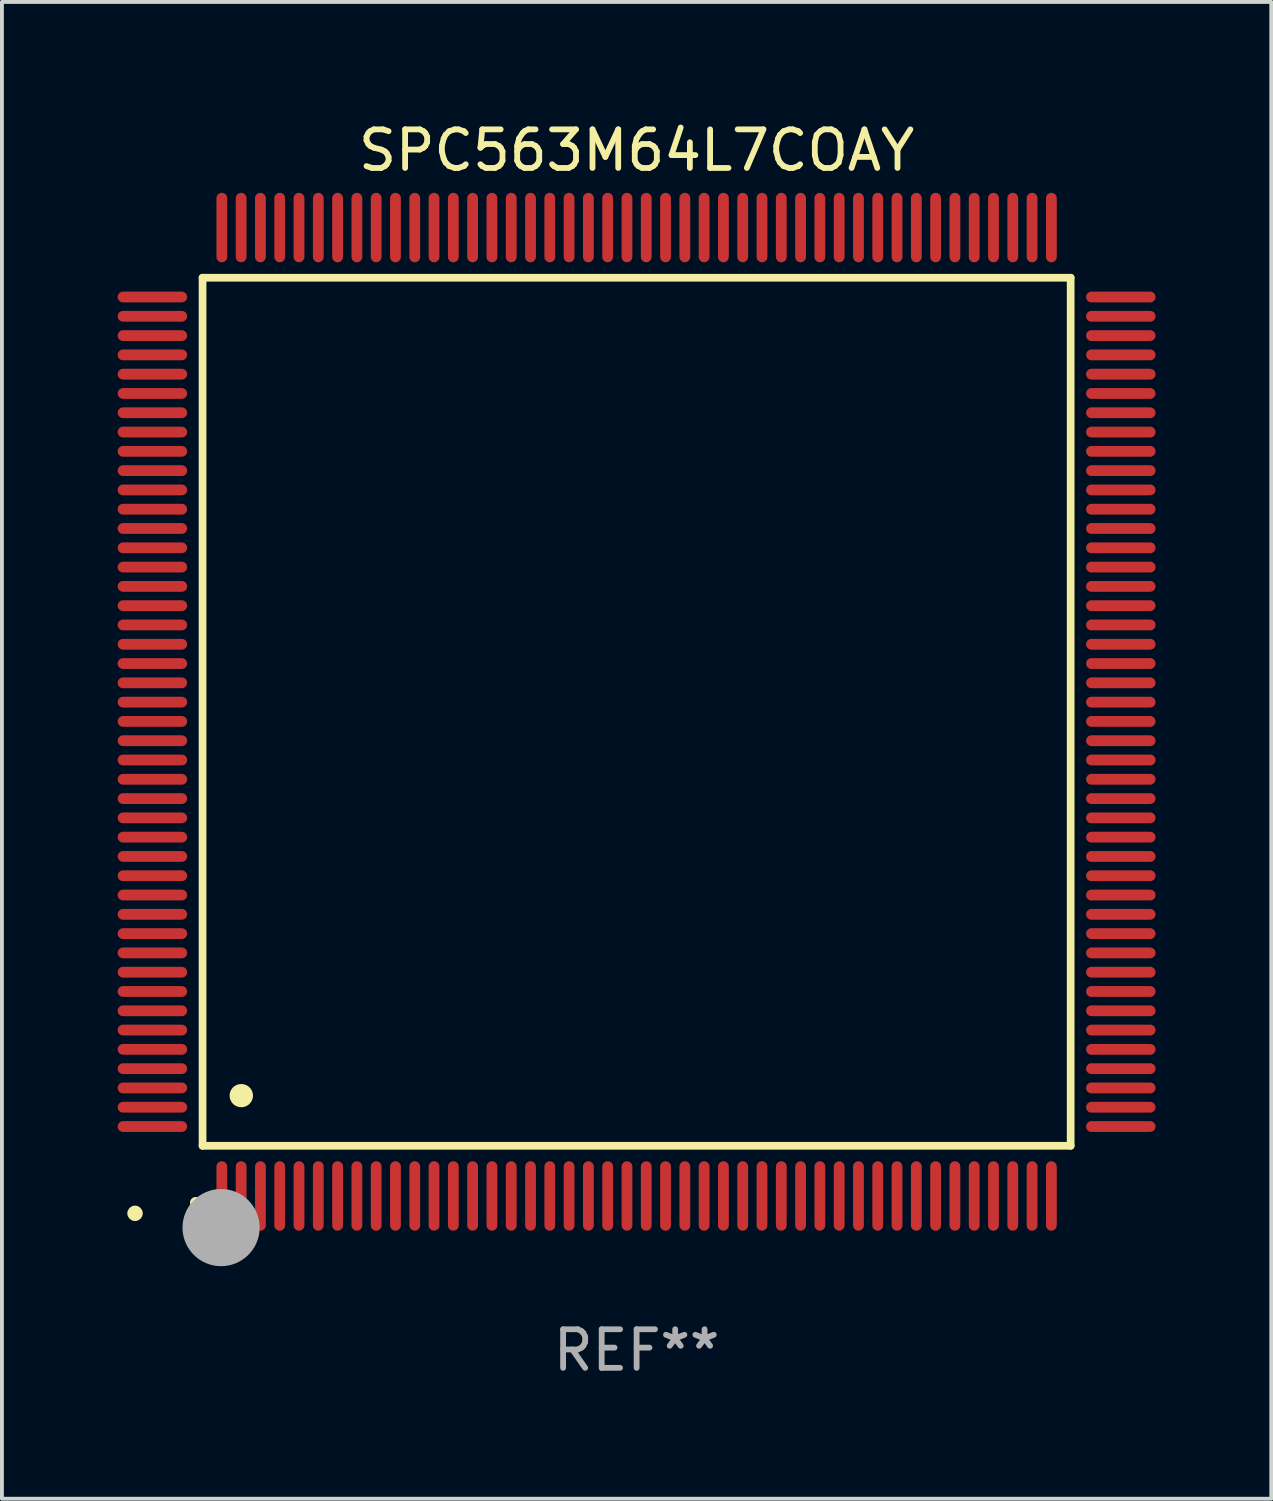
<source format=kicad_pcb>
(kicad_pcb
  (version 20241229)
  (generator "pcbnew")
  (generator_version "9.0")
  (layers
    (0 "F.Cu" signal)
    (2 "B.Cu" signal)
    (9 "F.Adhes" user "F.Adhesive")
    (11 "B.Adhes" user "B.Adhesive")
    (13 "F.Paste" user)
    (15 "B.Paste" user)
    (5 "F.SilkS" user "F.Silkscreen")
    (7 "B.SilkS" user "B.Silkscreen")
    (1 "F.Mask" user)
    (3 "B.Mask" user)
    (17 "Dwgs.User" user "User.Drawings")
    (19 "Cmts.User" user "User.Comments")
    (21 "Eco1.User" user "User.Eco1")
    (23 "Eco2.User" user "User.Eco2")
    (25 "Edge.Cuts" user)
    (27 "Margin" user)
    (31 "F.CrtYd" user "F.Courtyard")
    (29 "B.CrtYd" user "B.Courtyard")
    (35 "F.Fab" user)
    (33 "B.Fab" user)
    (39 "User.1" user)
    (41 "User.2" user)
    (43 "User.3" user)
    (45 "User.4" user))
  (footprint "SPC563M64L7COAY"
    (layer "F.Cu")
    (at 13.45 15.398)
    (property "Reference" "SPC563M64L7COAY" (at 0 -14.55 0) (layer "F.SilkS") (effects (font (size 1 1) (thickness 0.15))))
    (attr through_hole)
    (fp_line (start -11.25 -11.25) (end 11.25 -11.25) (stroke (width 0.2) (type solid)) (layer "F.SilkS"))
    (fp_line (start -11.25 11.25) (end -11.25 -11.25) (stroke (width 0.2) (type solid)) (layer "F.SilkS"))
    (fp_line (start 11.25 -11.25) (end 11.25 11.25) (stroke (width 0.2) (type solid)) (layer "F.SilkS"))
    (fp_line (start 11.25 11.25) (end -11.25 11.25) (stroke (width 0.2) (type solid)) (layer "F.SilkS"))
    (fp_arc (start -11.424943 12.725425) (mid -11.423673 12.72542) (end -11.422403 12.725425) (stroke (width 0.3) (type solid)) (layer "F.SilkS"))
    (fp_arc (start -10.24892 9.9492) (mid -10.24638 9.949189) (end -10.24384 9.9492) (stroke (width 0.6) (type solid)) (layer "F.SilkS"))
    (fp_circle (center -13 13) (end -12.9 13) (stroke (width 0.2) (type solid)) (fill no) (layer "F.SilkS"))
    (fp_circle (center -10.77 13.37) (end -10.27 13.37) (stroke (width 1) (type solid)) (fill no) (layer "F.Fab"))
    (fp_text user "REF**" (at 0 16.55 0) (layer "F.Fab") (effects (font (size 1 1) (thickness 0.15))))
    (pad "1" smd oval (at -10.75 12.55) (size 0.28 1.8) (layers "F.Cu" "F.Mask" "F.Paste"))
    (pad "2" smd oval (at -10.25 12.55) (size 0.28 1.8) (layers "F.Cu" "F.Mask" "F.Paste"))
    (pad "3" smd oval (at -9.75 12.55) (size 0.28 1.8) (layers "F.Cu" "F.Mask" "F.Paste"))
    (pad "4" smd oval (at -9.25 12.55) (size 0.28 1.8) (layers "F.Cu" "F.Mask" "F.Paste"))
    (pad "5" smd oval (at -8.75 12.55) (size 0.28 1.8) (layers "F.Cu" "F.Mask" "F.Paste"))
    (pad "6" smd oval (at -8.25 12.55) (size 0.28 1.8) (layers "F.Cu" "F.Mask" "F.Paste"))
    (pad "7" smd oval (at -7.75 12.55) (size 0.28 1.8) (layers "F.Cu" "F.Mask" "F.Paste"))
    (pad "8" smd oval (at -7.25 12.55) (size 0.28 1.8) (layers "F.Cu" "F.Mask" "F.Paste"))
    (pad "9" smd oval (at -6.75 12.55) (size 0.28 1.8) (layers "F.Cu" "F.Mask" "F.Paste"))
    (pad "10" smd oval (at -6.25 12.55) (size 0.28 1.8) (layers "F.Cu" "F.Mask" "F.Paste"))
    (pad "11" smd oval (at -5.75 12.55) (size 0.28 1.8) (layers "F.Cu" "F.Mask" "F.Paste"))
    (pad "12" smd oval (at -5.25 12.55) (size 0.28 1.8) (layers "F.Cu" "F.Mask" "F.Paste"))
    (pad "13" smd oval (at -4.75 12.55) (size 0.28 1.8) (layers "F.Cu" "F.Mask" "F.Paste"))
    (pad "14" smd oval (at -4.25 12.55) (size 0.28 1.8) (layers "F.Cu" "F.Mask" "F.Paste"))
    (pad "15" smd oval (at -3.75 12.55) (size 0.28 1.8) (layers "F.Cu" "F.Mask" "F.Paste"))
    (pad "16" smd oval (at -3.25 12.55) (size 0.28 1.8) (layers "F.Cu" "F.Mask" "F.Paste"))
    (pad "17" smd oval (at -2.75 12.55) (size 0.28 1.8) (layers "F.Cu" "F.Mask" "F.Paste"))
    (pad "18" smd oval (at -2.25 12.55) (size 0.28 1.8) (layers "F.Cu" "F.Mask" "F.Paste"))
    (pad "19" smd oval (at -1.75 12.55) (size 0.28 1.8) (layers "F.Cu" "F.Mask" "F.Paste"))
    (pad "20" smd oval (at -1.25 12.55) (size 0.28 1.8) (layers "F.Cu" "F.Mask" "F.Paste"))
    (pad "21" smd oval (at -0.75 12.55) (size 0.28 1.8) (layers "F.Cu" "F.Mask" "F.Paste"))
    (pad "22" smd oval (at -0.25 12.55) (size 0.28 1.8) (layers "F.Cu" "F.Mask" "F.Paste"))
    (pad "23" smd oval (at 0.25 12.55) (size 0.28 1.8) (layers "F.Cu" "F.Mask" "F.Paste"))
    (pad "24" smd oval (at 0.75 12.55) (size 0.28 1.8) (layers "F.Cu" "F.Mask" "F.Paste"))
    (pad "25" smd oval (at 1.25 12.55) (size 0.28 1.8) (layers "F.Cu" "F.Mask" "F.Paste"))
    (pad "26" smd oval (at 1.75 12.55) (size 0.28 1.8) (layers "F.Cu" "F.Mask" "F.Paste"))
    (pad "27" smd oval (at 2.25 12.55) (size 0.28 1.8) (layers "F.Cu" "F.Mask" "F.Paste"))
    (pad "28" smd oval (at 2.75 12.55) (size 0.28 1.8) (layers "F.Cu" "F.Mask" "F.Paste"))
    (pad "29" smd oval (at 3.25 12.55) (size 0.28 1.8) (layers "F.Cu" "F.Mask" "F.Paste"))
    (pad "30" smd oval (at 3.75 12.55) (size 0.28 1.8) (layers "F.Cu" "F.Mask" "F.Paste"))
    (pad "31" smd oval (at 4.25 12.55) (size 0.28 1.8) (layers "F.Cu" "F.Mask" "F.Paste"))
    (pad "32" smd oval (at 4.75 12.55) (size 0.28 1.8) (layers "F.Cu" "F.Mask" "F.Paste"))
    (pad "33" smd oval (at 5.25 12.55) (size 0.28 1.8) (layers "F.Cu" "F.Mask" "F.Paste"))
    (pad "34" smd oval (at 5.75 12.55) (size 0.28 1.8) (layers "F.Cu" "F.Mask" "F.Paste"))
    (pad "35" smd oval (at 6.25 12.55) (size 0.28 1.8) (layers "F.Cu" "F.Mask" "F.Paste"))
    (pad "36" smd oval (at 6.75 12.55) (size 0.28 1.8) (layers "F.Cu" "F.Mask" "F.Paste"))
    (pad "37" smd oval (at 7.25 12.55) (size 0.28 1.8) (layers "F.Cu" "F.Mask" "F.Paste"))
    (pad "38" smd oval (at 7.75 12.55) (size 0.28 1.8) (layers "F.Cu" "F.Mask" "F.Paste"))
    (pad "39" smd oval (at 8.25 12.55) (size 0.28 1.8) (layers "F.Cu" "F.Mask" "F.Paste"))
    (pad "40" smd oval (at 8.75 12.55) (size 0.28 1.8) (layers "F.Cu" "F.Mask" "F.Paste"))
    (pad "41" smd oval (at 9.25 12.55) (size 0.28 1.8) (layers "F.Cu" "F.Mask" "F.Paste"))
    (pad "42" smd oval (at 9.75 12.55) (size 0.28 1.8) (layers "F.Cu" "F.Mask" "F.Paste"))
    (pad "43" smd oval (at 10.25 12.55) (size 0.28 1.8) (layers "F.Cu" "F.Mask" "F.Paste"))
    (pad "44" smd oval (at 10.75 12.55) (size 0.28 1.8) (layers "F.Cu" "F.Mask" "F.Paste"))
    (pad "45" smd oval (at 12.55 10.75) (size 1.8 0.28) (layers "F.Cu" "F.Mask" "F.Paste"))
    (pad "46" smd oval (at 12.55 10.25) (size 1.8 0.28) (layers "F.Cu" "F.Mask" "F.Paste"))
    (pad "47" smd oval (at 12.55 9.75) (size 1.8 0.28) (layers "F.Cu" "F.Mask" "F.Paste"))
    (pad "48" smd oval (at 12.55 9.25) (size 1.8 0.28) (layers "F.Cu" "F.Mask" "F.Paste"))
    (pad "49" smd oval (at 12.55 8.75) (size 1.8 0.28) (layers "F.Cu" "F.Mask" "F.Paste"))
    (pad "50" smd oval (at 12.55 8.25) (size 1.8 0.28) (layers "F.Cu" "F.Mask" "F.Paste"))
    (pad "51" smd oval (at 12.55 7.75) (size 1.8 0.28) (layers "F.Cu" "F.Mask" "F.Paste"))
    (pad "52" smd oval (at 12.55 7.25) (size 1.8 0.28) (layers "F.Cu" "F.Mask" "F.Paste"))
    (pad "53" smd oval (at 12.55 6.75) (size 1.8 0.28) (layers "F.Cu" "F.Mask" "F.Paste"))
    (pad "54" smd oval (at 12.55 6.25) (size 1.8 0.28) (layers "F.Cu" "F.Mask" "F.Paste"))
    (pad "55" smd oval (at 12.55 5.75) (size 1.8 0.28) (layers "F.Cu" "F.Mask" "F.Paste"))
    (pad "56" smd oval (at 12.55 5.25) (size 1.8 0.28) (layers "F.Cu" "F.Mask" "F.Paste"))
    (pad "57" smd oval (at 12.55 4.75) (size 1.8 0.28) (layers "F.Cu" "F.Mask" "F.Paste"))
    (pad "58" smd oval (at 12.55 4.25) (size 1.8 0.28) (layers "F.Cu" "F.Mask" "F.Paste"))
    (pad "59" smd oval (at 12.55 3.75) (size 1.8 0.28) (layers "F.Cu" "F.Mask" "F.Paste"))
    (pad "60" smd oval (at 12.55 3.25) (size 1.8 0.28) (layers "F.Cu" "F.Mask" "F.Paste"))
    (pad "61" smd oval (at 12.55 2.75) (size 1.8 0.28) (layers "F.Cu" "F.Mask" "F.Paste"))
    (pad "62" smd oval (at 12.55 2.25) (size 1.8 0.28) (layers "F.Cu" "F.Mask" "F.Paste"))
    (pad "63" smd oval (at 12.55 1.75) (size 1.8 0.28) (layers "F.Cu" "F.Mask" "F.Paste"))
    (pad "64" smd oval (at 12.55 1.25) (size 1.8 0.28) (layers "F.Cu" "F.Mask" "F.Paste"))
    (pad "65" smd oval (at 12.55 0.75) (size 1.8 0.28) (layers "F.Cu" "F.Mask" "F.Paste"))
    (pad "66" smd oval (at 12.55 0.25) (size 1.8 0.28) (layers "F.Cu" "F.Mask" "F.Paste"))
    (pad "67" smd oval (at 12.55 -0.25) (size 1.8 0.28) (layers "F.Cu" "F.Mask" "F.Paste"))
    (pad "68" smd oval (at 12.55 -0.75) (size 1.8 0.28) (layers "F.Cu" "F.Mask" "F.Paste"))
    (pad "69" smd oval (at 12.55 -1.25) (size 1.8 0.28) (layers "F.Cu" "F.Mask" "F.Paste"))
    (pad "70" smd oval (at 12.55 -1.75) (size 1.8 0.28) (layers "F.Cu" "F.Mask" "F.Paste"))
    (pad "71" smd oval (at 12.55 -2.25) (size 1.8 0.28) (layers "F.Cu" "F.Mask" "F.Paste"))
    (pad "72" smd oval (at 12.55 -2.75) (size 1.8 0.28) (layers "F.Cu" "F.Mask" "F.Paste"))
    (pad "73" smd oval (at 12.55 -3.25) (size 1.8 0.28) (layers "F.Cu" "F.Mask" "F.Paste"))
    (pad "74" smd oval (at 12.55 -3.75) (size 1.8 0.28) (layers "F.Cu" "F.Mask" "F.Paste"))
    (pad "75" smd oval (at 12.55 -4.25) (size 1.8 0.28) (layers "F.Cu" "F.Mask" "F.Paste"))
    (pad "76" smd oval (at 12.55 -4.75) (size 1.8 0.28) (layers "F.Cu" "F.Mask" "F.Paste"))
    (pad "77" smd oval (at 12.55 -5.25) (size 1.8 0.28) (layers "F.Cu" "F.Mask" "F.Paste"))
    (pad "78" smd oval (at 12.55 -5.75) (size 1.8 0.28) (layers "F.Cu" "F.Mask" "F.Paste"))
    (pad "79" smd oval (at 12.55 -6.25) (size 1.8 0.28) (layers "F.Cu" "F.Mask" "F.Paste"))
    (pad "80" smd oval (at 12.55 -6.75) (size 1.8 0.28) (layers "F.Cu" "F.Mask" "F.Paste"))
    (pad "81" smd oval (at 12.55 -7.25) (size 1.8 0.28) (layers "F.Cu" "F.Mask" "F.Paste"))
    (pad "82" smd oval (at 12.55 -7.75) (size 1.8 0.28) (layers "F.Cu" "F.Mask" "F.Paste"))
    (pad "83" smd oval (at 12.55 -8.25) (size 1.8 0.28) (layers "F.Cu" "F.Mask" "F.Paste"))
    (pad "84" smd oval (at 12.55 -8.75) (size 1.8 0.28) (layers "F.Cu" "F.Mask" "F.Paste"))
    (pad "85" smd oval (at 12.55 -9.25) (size 1.8 0.28) (layers "F.Cu" "F.Mask" "F.Paste"))
    (pad "86" smd oval (at 12.55 -9.75) (size 1.8 0.28) (layers "F.Cu" "F.Mask" "F.Paste"))
    (pad "87" smd oval (at 12.55 -10.25) (size 1.8 0.28) (layers "F.Cu" "F.Mask" "F.Paste"))
    (pad "88" smd oval (at 12.55 -10.75) (size 1.8 0.28) (layers "F.Cu" "F.Mask" "F.Paste"))
    (pad "89" smd oval (at 10.75 -12.55) (size 0.28 1.8) (layers "F.Cu" "F.Mask" "F.Paste"))
    (pad "90" smd oval (at 10.25 -12.55) (size 0.28 1.8) (layers "F.Cu" "F.Mask" "F.Paste"))
    (pad "91" smd oval (at 9.75 -12.55) (size 0.28 1.8) (layers "F.Cu" "F.Mask" "F.Paste"))
    (pad "92" smd oval (at 9.25 -12.55) (size 0.28 1.8) (layers "F.Cu" "F.Mask" "F.Paste"))
    (pad "93" smd oval (at 8.75 -12.55) (size 0.28 1.8) (layers "F.Cu" "F.Mask" "F.Paste"))
    (pad "94" smd oval (at 8.25 -12.55) (size 0.28 1.8) (layers "F.Cu" "F.Mask" "F.Paste"))
    (pad "95" smd oval (at 7.75 -12.55) (size 0.28 1.8) (layers "F.Cu" "F.Mask" "F.Paste"))
    (pad "96" smd oval (at 7.25 -12.55) (size 0.28 1.8) (layers "F.Cu" "F.Mask" "F.Paste"))
    (pad "97" smd oval (at 6.75 -12.55) (size 0.28 1.8) (layers "F.Cu" "F.Mask" "F.Paste"))
    (pad "98" smd oval (at 6.25 -12.55) (size 0.28 1.8) (layers "F.Cu" "F.Mask" "F.Paste"))
    (pad "99" smd oval (at 5.75 -12.55) (size 0.28 1.8) (layers "F.Cu" "F.Mask" "F.Paste"))
    (pad "100" smd oval (at 5.25 -12.55) (size 0.28 1.8) (layers "F.Cu" "F.Mask" "F.Paste"))
    (pad "101" smd oval (at 4.75 -12.55) (size 0.28 1.8) (layers "F.Cu" "F.Mask" "F.Paste"))
    (pad "102" smd oval (at 4.25 -12.55) (size 0.28 1.8) (layers "F.Cu" "F.Mask" "F.Paste"))
    (pad "103" smd oval (at 3.75 -12.55) (size 0.28 1.8) (layers "F.Cu" "F.Mask" "F.Paste"))
    (pad "104" smd oval (at 3.25 -12.55) (size 0.28 1.8) (layers "F.Cu" "F.Mask" "F.Paste"))
    (pad "105" smd oval (at 2.75 -12.55) (size 0.28 1.8) (layers "F.Cu" "F.Mask" "F.Paste"))
    (pad "106" smd oval (at 2.25 -12.55) (size 0.28 1.8) (layers "F.Cu" "F.Mask" "F.Paste"))
    (pad "107" smd oval (at 1.75 -12.55) (size 0.28 1.8) (layers "F.Cu" "F.Mask" "F.Paste"))
    (pad "108" smd oval (at 1.25 -12.55) (size 0.28 1.8) (layers "F.Cu" "F.Mask" "F.Paste"))
    (pad "109" smd oval (at 0.75 -12.55) (size 0.28 1.8) (layers "F.Cu" "F.Mask" "F.Paste"))
    (pad "110" smd oval (at 0.25 -12.55) (size 0.28 1.8) (layers "F.Cu" "F.Mask" "F.Paste"))
    (pad "111" smd oval (at -0.25 -12.55) (size 0.28 1.8) (layers "F.Cu" "F.Mask" "F.Paste"))
    (pad "112" smd oval (at -0.75 -12.55) (size 0.28 1.8) (layers "F.Cu" "F.Mask" "F.Paste"))
    (pad "113" smd oval (at -1.25 -12.55) (size 0.28 1.8) (layers "F.Cu" "F.Mask" "F.Paste"))
    (pad "114" smd oval (at -1.75 -12.55) (size 0.28 1.8) (layers "F.Cu" "F.Mask" "F.Paste"))
    (pad "115" smd oval (at -2.25 -12.55) (size 0.28 1.8) (layers "F.Cu" "F.Mask" "F.Paste"))
    (pad "116" smd oval (at -2.75 -12.55) (size 0.28 1.8) (layers "F.Cu" "F.Mask" "F.Paste"))
    (pad "117" smd oval (at -3.25 -12.55) (size 0.28 1.8) (layers "F.Cu" "F.Mask" "F.Paste"))
    (pad "118" smd oval (at -3.75 -12.55) (size 0.28 1.8) (layers "F.Cu" "F.Mask" "F.Paste"))
    (pad "119" smd oval (at -4.25 -12.55) (size 0.28 1.8) (layers "F.Cu" "F.Mask" "F.Paste"))
    (pad "120" smd oval (at -4.75 -12.55) (size 0.28 1.8) (layers "F.Cu" "F.Mask" "F.Paste"))
    (pad "121" smd oval (at -5.25 -12.55) (size 0.28 1.8) (layers "F.Cu" "F.Mask" "F.Paste"))
    (pad "122" smd oval (at -5.75 -12.55) (size 0.28 1.8) (layers "F.Cu" "F.Mask" "F.Paste"))
    (pad "123" smd oval (at -6.25 -12.55) (size 0.28 1.8) (layers "F.Cu" "F.Mask" "F.Paste"))
    (pad "124" smd oval (at -6.75 -12.55) (size 0.28 1.8) (layers "F.Cu" "F.Mask" "F.Paste"))
    (pad "125" smd oval (at -7.25 -12.55) (size 0.28 1.8) (layers "F.Cu" "F.Mask" "F.Paste"))
    (pad "126" smd oval (at -7.75 -12.55) (size 0.28 1.8) (layers "F.Cu" "F.Mask" "F.Paste"))
    (pad "127" smd oval (at -8.25 -12.55) (size 0.28 1.8) (layers "F.Cu" "F.Mask" "F.Paste"))
    (pad "128" smd oval (at -8.75 -12.55) (size 0.28 1.8) (layers "F.Cu" "F.Mask" "F.Paste"))
    (pad "129" smd oval (at -9.25 -12.55) (size 0.28 1.8) (layers "F.Cu" "F.Mask" "F.Paste"))
    (pad "130" smd oval (at -9.75 -12.55) (size 0.28 1.8) (layers "F.Cu" "F.Mask" "F.Paste"))
    (pad "131" smd oval (at -10.25 -12.55) (size 0.28 1.8) (layers "F.Cu" "F.Mask" "F.Paste"))
    (pad "132" smd oval (at -10.75 -12.55) (size 0.28 1.8) (layers "F.Cu" "F.Mask" "F.Paste"))
    (pad "133" smd oval (at -12.55 -10.75) (size 1.8 0.28) (layers "F.Cu" "F.Mask" "F.Paste"))
    (pad "134" smd oval (at -12.55 -10.25) (size 1.8 0.28) (layers "F.Cu" "F.Mask" "F.Paste"))
    (pad "135" smd oval (at -12.55 -9.75) (size 1.8 0.28) (layers "F.Cu" "F.Mask" "F.Paste"))
    (pad "136" smd oval (at -12.55 -9.25) (size 1.8 0.28) (layers "F.Cu" "F.Mask" "F.Paste"))
    (pad "137" smd oval (at -12.55 -8.75) (size 1.8 0.28) (layers "F.Cu" "F.Mask" "F.Paste"))
    (pad "138" smd oval (at -12.55 -8.25) (size 1.8 0.28) (layers "F.Cu" "F.Mask" "F.Paste"))
    (pad "139" smd oval (at -12.55 -7.75) (size 1.8 0.28) (layers "F.Cu" "F.Mask" "F.Paste"))
    (pad "140" smd oval (at -12.55 -7.25) (size 1.8 0.28) (layers "F.Cu" "F.Mask" "F.Paste"))
    (pad "141" smd oval (at -12.55 -6.75) (size 1.8 0.28) (layers "F.Cu" "F.Mask" "F.Paste"))
    (pad "142" smd oval (at -12.55 -6.25) (size 1.8 0.28) (layers "F.Cu" "F.Mask" "F.Paste"))
    (pad "143" smd oval (at -12.55 -5.75) (size 1.8 0.28) (layers "F.Cu" "F.Mask" "F.Paste"))
    (pad "144" smd oval (at -12.55 -5.25) (size 1.8 0.28) (layers "F.Cu" "F.Mask" "F.Paste"))
    (pad "145" smd oval (at -12.55 -4.75) (size 1.8 0.28) (layers "F.Cu" "F.Mask" "F.Paste"))
    (pad "146" smd oval (at -12.55 -4.25) (size 1.8 0.28) (layers "F.Cu" "F.Mask" "F.Paste"))
    (pad "147" smd oval (at -12.55 -3.75) (size 1.8 0.28) (layers "F.Cu" "F.Mask" "F.Paste"))
    (pad "148" smd oval (at -12.55 -3.25) (size 1.8 0.28) (layers "F.Cu" "F.Mask" "F.Paste"))
    (pad "149" smd oval (at -12.55 -2.75) (size 1.8 0.28) (layers "F.Cu" "F.Mask" "F.Paste"))
    (pad "150" smd oval (at -12.55 -2.25) (size 1.8 0.28) (layers "F.Cu" "F.Mask" "F.Paste"))
    (pad "151" smd oval (at -12.55 -1.75) (size 1.8 0.28) (layers "F.Cu" "F.Mask" "F.Paste"))
    (pad "152" smd oval (at -12.55 -1.25) (size 1.8 0.28) (layers "F.Cu" "F.Mask" "F.Paste"))
    (pad "153" smd oval (at -12.55 -0.75) (size 1.8 0.28) (layers "F.Cu" "F.Mask" "F.Paste"))
    (pad "154" smd oval (at -12.55 -0.25) (size 1.8 0.28) (layers "F.Cu" "F.Mask" "F.Paste"))
    (pad "155" smd oval (at -12.55 0.25) (size 1.8 0.28) (layers "F.Cu" "F.Mask" "F.Paste"))
    (pad "156" smd oval (at -12.55 0.75) (size 1.8 0.28) (layers "F.Cu" "F.Mask" "F.Paste"))
    (pad "157" smd oval (at -12.55 1.25) (size 1.8 0.28) (layers "F.Cu" "F.Mask" "F.Paste"))
    (pad "158" smd oval (at -12.55 1.75) (size 1.8 0.28) (layers "F.Cu" "F.Mask" "F.Paste"))
    (pad "159" smd oval (at -12.55 2.25) (size 1.8 0.28) (layers "F.Cu" "F.Mask" "F.Paste"))
    (pad "160" smd oval (at -12.55 2.75) (size 1.8 0.28) (layers "F.Cu" "F.Mask" "F.Paste"))
    (pad "161" smd oval (at -12.55 3.25) (size 1.8 0.28) (layers "F.Cu" "F.Mask" "F.Paste"))
    (pad "162" smd oval (at -12.55 3.75) (size 1.8 0.28) (layers "F.Cu" "F.Mask" "F.Paste"))
    (pad "163" smd oval (at -12.55 4.25) (size 1.8 0.28) (layers "F.Cu" "F.Mask" "F.Paste"))
    (pad "164" smd oval (at -12.55 4.75) (size 1.8 0.28) (layers "F.Cu" "F.Mask" "F.Paste"))
    (pad "165" smd oval (at -12.55 5.25) (size 1.8 0.28) (layers "F.Cu" "F.Mask" "F.Paste"))
    (pad "166" smd oval (at -12.55 5.75) (size 1.8 0.28) (layers "F.Cu" "F.Mask" "F.Paste"))
    (pad "167" smd oval (at -12.55 6.25) (size 1.8 0.28) (layers "F.Cu" "F.Mask" "F.Paste"))
    (pad "168" smd oval (at -12.55 6.75) (size 1.8 0.28) (layers "F.Cu" "F.Mask" "F.Paste"))
    (pad "169" smd oval (at -12.55 7.25) (size 1.8 0.28) (layers "F.Cu" "F.Mask" "F.Paste"))
    (pad "170" smd oval (at -12.55 7.75) (size 1.8 0.28) (layers "F.Cu" "F.Mask" "F.Paste"))
    (pad "171" smd oval (at -12.55 8.25) (size 1.8 0.28) (layers "F.Cu" "F.Mask" "F.Paste"))
    (pad "172" smd oval (at -12.55 8.75) (size 1.8 0.28) (layers "F.Cu" "F.Mask" "F.Paste"))
    (pad "173" smd oval (at -12.55 9.25) (size 1.8 0.28) (layers "F.Cu" "F.Mask" "F.Paste"))
    (pad "174" smd oval (at -12.55 9.75) (size 1.8 0.28) (layers "F.Cu" "F.Mask" "F.Paste"))
    (pad "175" smd oval (at -12.55 10.25) (size 1.8 0.28) (layers "F.Cu" "F.Mask" "F.Paste"))
    (pad "176" smd oval (at -12.55 10.75) (size 1.8 0.28) (layers "F.Cu" "F.Mask" "F.Paste")))
  (gr_rect
    (start -3 -3)
    (end 29.9 35.796)
    (stroke (width 0.1) (type default))
    (fill no)
    (layer "Edge.Cuts")))
</source>
